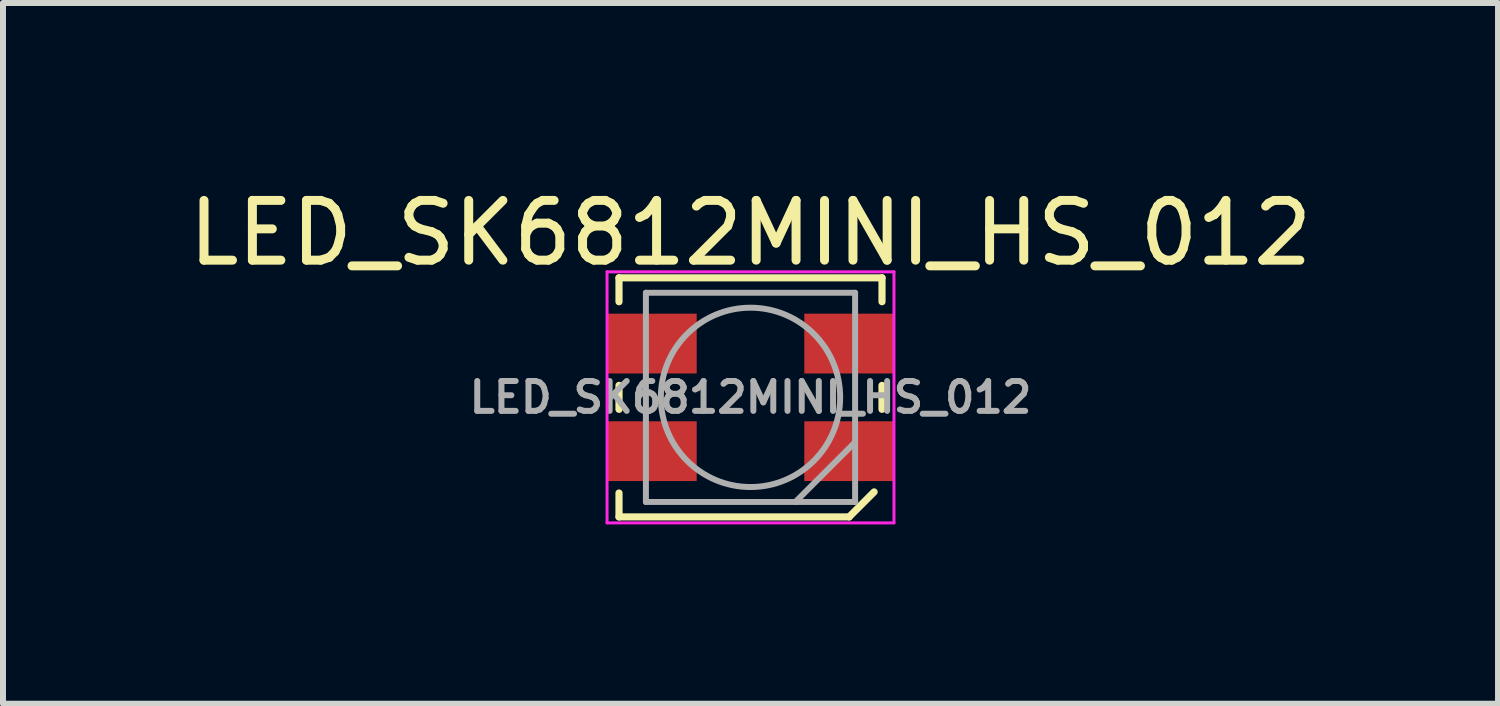
<source format=kicad_pcb>
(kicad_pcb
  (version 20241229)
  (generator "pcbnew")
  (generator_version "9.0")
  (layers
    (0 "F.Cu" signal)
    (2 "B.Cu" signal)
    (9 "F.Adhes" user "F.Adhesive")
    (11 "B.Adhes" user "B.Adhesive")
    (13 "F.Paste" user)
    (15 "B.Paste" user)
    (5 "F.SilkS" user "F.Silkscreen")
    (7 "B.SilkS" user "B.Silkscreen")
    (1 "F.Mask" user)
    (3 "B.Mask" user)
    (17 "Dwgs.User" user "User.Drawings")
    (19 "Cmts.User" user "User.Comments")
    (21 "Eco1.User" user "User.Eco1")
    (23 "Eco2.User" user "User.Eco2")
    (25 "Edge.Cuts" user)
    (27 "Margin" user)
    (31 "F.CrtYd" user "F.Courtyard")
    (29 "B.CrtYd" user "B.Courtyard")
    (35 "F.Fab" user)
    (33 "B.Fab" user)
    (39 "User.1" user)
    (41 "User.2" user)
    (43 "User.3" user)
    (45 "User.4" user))
  (footprint "LED_SK6812MINI_HS_012"
    (layer "F.Cu")
    (at 9.506 3.598)
    (property "Reference" "LED_SK6812MINI_HS_012" (at 0 -2.75 0) (layer "F.SilkS") (effects (font (size 1 1) (thickness 0.15))))
    (attr smd)
    (fp_line (start -2.2 -2) (end -2.2 -1.6) (stroke (width 0.12) (type default)) (layer "F.SilkS"))
    (fp_line (start -2.2 -2) (end 2.2 -2) (stroke (width 0.12) (type solid)) (layer "F.SilkS"))
    (fp_line (start -2.2 -0.2) (end -2.2 0.2) (stroke (width 0.12) (type default)) (layer "F.SilkS"))
    (fp_line (start -2.2 1.6) (end -2.2 2) (stroke (width 0.12) (type default)) (layer "F.SilkS"))
    (fp_line (start -2.2 2) (end 1.65 2) (stroke (width 0.12) (type solid)) (layer "F.SilkS"))
    (fp_line (start 2.068 1.582) (end 1.65 2) (stroke (width 0.12) (type default)) (layer "F.SilkS"))
    (fp_line (start 2.2 -1.6) (end 2.2 -2) (stroke (width 0.12) (type solid)) (layer "F.SilkS"))
    (fp_line (start 2.2 -0.2) (end 2.2 0.2) (stroke (width 0.12) (type default)) (layer "F.SilkS"))
    (fp_line (start -2.4 -2.1) (end -2.4 2.1) (stroke (width 0.05) (type solid)) (layer "F.CrtYd"))
    (fp_line (start -2.4 2.1) (end 2.4 2.1) (stroke (width 0.05) (type solid)) (layer "F.CrtYd"))
    (fp_line (start 2.4 -2.1) (end -2.4 -2.1) (stroke (width 0.05) (type solid)) (layer "F.CrtYd"))
    (fp_line (start 2.4 2.1) (end 2.4 -2.1) (stroke (width 0.05) (type solid)) (layer "F.CrtYd"))
    (fp_line (start -1.75 -1.75) (end -1.75 1.75) (stroke (width 0.1) (type solid)) (layer "F.Fab"))
    (fp_line (start -1.75 1.75) (end 1.75 1.75) (stroke (width 0.1) (type solid)) (layer "F.Fab"))
    (fp_line (start 1.75 -1.75) (end -1.75 -1.75) (stroke (width 0.1) (type solid)) (layer "F.Fab"))
    (fp_line (start 1.75 0.75) (end 0.75 1.75) (stroke (width 0.1) (type solid)) (layer "F.Fab"))
    (fp_line (start 1.75 1.75) (end 1.75 -1.75) (stroke (width 0.1) (type solid)) (layer "F.Fab"))
    (fp_circle (center 0 0) (end 0 -1.5) (stroke (width 0.1) (type solid)) (fill no) (layer "F.Fab"))
    (fp_text user "${REFERENCE}" (at 0 0 0) (layer "F.Fab") (effects (font (size 0.5 0.5) (thickness 0.1))))
    (pad "1" smd rect (at 1.65 0.9) (size 1.5 1) (layers "F.Cu" "F.Mask" "F.Paste"))
    (pad "2" smd rect (at 1.65 -0.9) (size 1.5 1) (layers "F.Cu" "F.Mask" "F.Paste"))
    (pad "3" smd rect (at -1.65 -0.9) (size 1.5 1) (layers "F.Cu" "F.Mask" "F.Paste"))
    (pad "4" smd rect (at -1.65 0.9) (size 1.5 1) (layers "F.Cu" "F.Mask" "F.Paste")))
  (gr_rect
    (start -3 -3)
    (end 22.012 8.723)
    (stroke (width 0.1) (type default))
    (fill no)
    (layer "Edge.Cuts")))
</source>
